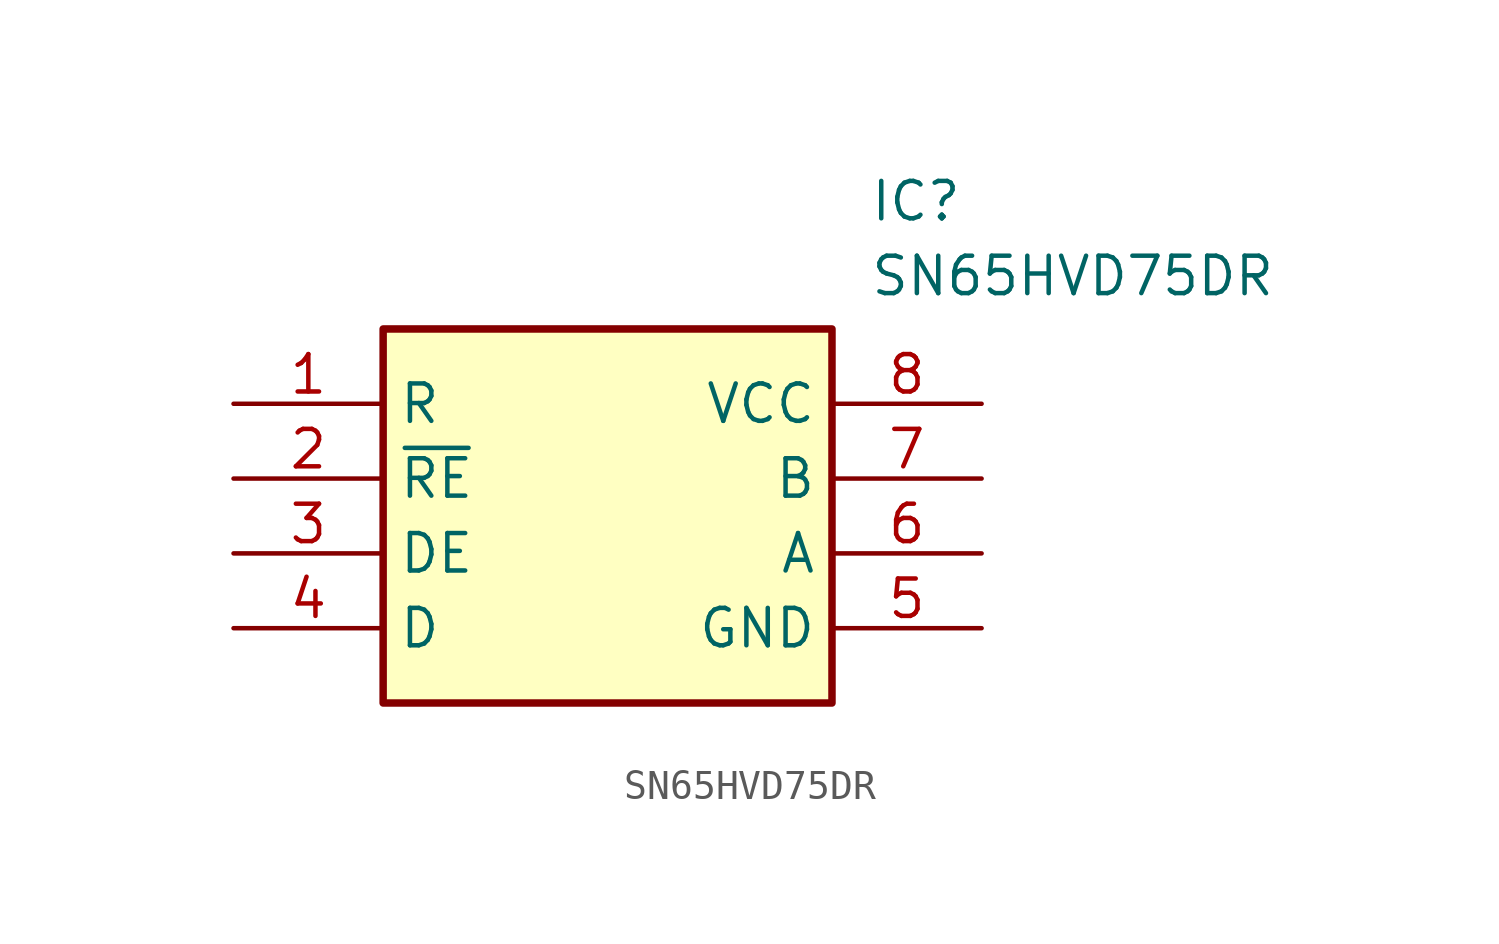
<source format=kicad_sym>
(kicad_symbol_lib
  (version 20211014)
  (generator SamacSys_ECAD_Model)
  (symbol "SN65HVD75DR"
    (property "Reference" "IC"
      (at 21.59 7.62 0)
      (effects (font (size 1.27 1.27)) (justify left top)))
    (property "Value" "SN65HVD75DR"
      (at 21.59 5.08 0)
      (effects (font (size 1.27 1.27)) (justify left top)))
    (rectangle
      (start 5.08 2.54)
      (end 20.32 -10.16)
      (stroke (width 0.254) (type default))
      (fill (type background)))
    (pin passive line
      (at 0 0 0)
      (length 5.08)
      (name "R" (effects (font (size 1.27 1.27))))
      (number "1" (effects (font (size 1.27 1.27)))))
    (pin passive line
      (at 0 -2.54 0)
      (length 5.08)
      (name "~{RE}" (effects (font (size 1.27 1.27))))
      (number "2" (effects (font (size 1.27 1.27)))))
    (pin passive line
      (at 0 -5.08 0)
      (length 5.08)
      (name "DE" (effects (font (size 1.27 1.27))))
      (number "3" (effects (font (size 1.27 1.27)))))
    (pin passive line
      (at 0 -7.62 0)
      (length 5.08)
      (name "D" (effects (font (size 1.27 1.27))))
      (number "4" (effects (font (size 1.27 1.27)))))
    (pin passive line
      (at 25.4 0 180)
      (length 5.08)
      (name "VCC" (effects (font (size 1.27 1.27))))
      (number "8" (effects (font (size 1.27 1.27)))))
    (pin passive line
      (at 25.4 -2.54 180)
      (length 5.08)
      (name "B" (effects (font (size 1.27 1.27))))
      (number "7" (effects (font (size 1.27 1.27)))))
    (pin passive line
      (at 25.4 -5.08 180)
      (length 5.08)
      (name "A" (effects (font (size 1.27 1.27))))
      (number "6" (effects (font (size 1.27 1.27)))))
    (pin passive line
      (at 25.4 -7.62 180)
      (length 5.08)
      (name "GND" (effects (font (size 1.27 1.27))))
      (number "5" (effects (font (size 1.27 1.27)))))))
</source>
